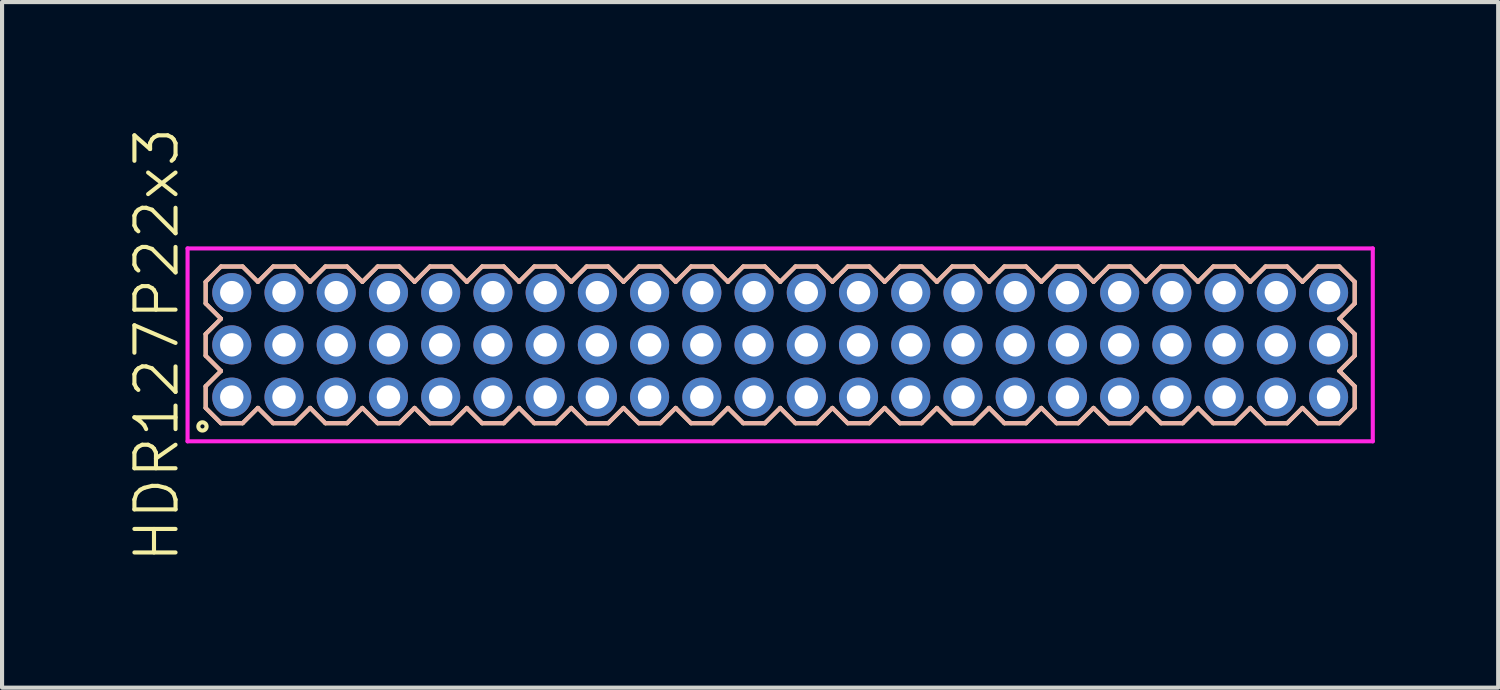
<source format=kicad_pcb>
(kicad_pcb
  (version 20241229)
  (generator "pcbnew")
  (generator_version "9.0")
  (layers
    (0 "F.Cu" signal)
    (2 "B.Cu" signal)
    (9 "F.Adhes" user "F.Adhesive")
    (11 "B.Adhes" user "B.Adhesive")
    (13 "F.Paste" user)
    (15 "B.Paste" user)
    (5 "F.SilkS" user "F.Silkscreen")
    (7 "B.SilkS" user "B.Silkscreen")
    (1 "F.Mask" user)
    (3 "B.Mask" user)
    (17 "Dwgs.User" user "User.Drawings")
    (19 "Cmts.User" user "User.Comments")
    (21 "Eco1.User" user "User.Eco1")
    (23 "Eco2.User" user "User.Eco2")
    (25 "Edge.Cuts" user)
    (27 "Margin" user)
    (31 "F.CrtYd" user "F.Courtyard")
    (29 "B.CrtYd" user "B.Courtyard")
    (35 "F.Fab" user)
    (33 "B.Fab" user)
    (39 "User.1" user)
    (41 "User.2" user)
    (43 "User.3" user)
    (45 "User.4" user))
  (footprint "HDR127P22x3"
    (layer "F.Cu")
    (at 15.921 5.336)
    (property "Reference" "HDR127P22x3" (at -15.16 0 90) (layer "F.SilkS") (effects (font (size 1 1) (thickness 0.1))))
    (attr through_hole)
    (fp_line (start -13.97 -1.533) (end -13.598 -1.905) (stroke (width 0.1) (type solid)) (layer "F.SilkS"))
    (fp_line (start -13.97 -1.007) (end -13.97 -1.533) (stroke (width 0.1) (type solid)) (layer "F.SilkS"))
    (fp_line (start -13.97 -0.263) (end -13.598 -0.635) (stroke (width 0.1) (type solid)) (layer "F.SilkS"))
    (fp_line (start -13.97 0.263) (end -13.97 -0.263) (stroke (width 0.1) (type solid)) (layer "F.SilkS"))
    (fp_line (start -13.97 1.007) (end -13.598 0.635) (stroke (width 0.1) (type solid)) (layer "F.SilkS"))
    (fp_line (start -13.97 1.533) (end -13.97 1.007) (stroke (width 0.1) (type solid)) (layer "F.SilkS"))
    (fp_line (start -13.598 -1.905) (end -13.072 -1.905) (stroke (width 0.1) (type solid)) (layer "F.SilkS"))
    (fp_line (start -13.598 -0.635) (end -13.97 -1.007) (stroke (width 0.1) (type solid)) (layer "F.SilkS"))
    (fp_line (start -13.598 0.635) (end -13.97 0.263) (stroke (width 0.1) (type solid)) (layer "F.SilkS"))
    (fp_line (start -13.598 1.905) (end -13.97 1.533) (stroke (width 0.1) (type solid)) (layer "F.SilkS"))
    (fp_line (start -13.072 -1.905) (end -12.7 -1.533) (stroke (width 0.1) (type solid)) (layer "F.SilkS"))
    (fp_line (start -13.072 1.905) (end -13.598 1.905) (stroke (width 0.1) (type solid)) (layer "F.SilkS"))
    (fp_line (start -12.7 -1.533) (end -12.328 -1.905) (stroke (width 0.1) (type solid)) (layer "F.SilkS"))
    (fp_line (start -12.7 1.533) (end -13.072 1.905) (stroke (width 0.1) (type solid)) (layer "F.SilkS"))
    (fp_line (start -12.328 -1.905) (end -11.802 -1.905) (stroke (width 0.1) (type solid)) (layer "F.SilkS"))
    (fp_line (start -12.328 1.905) (end -12.7 1.533) (stroke (width 0.1) (type solid)) (layer "F.SilkS"))
    (fp_line (start -11.802 -1.905) (end -11.43 -1.533) (stroke (width 0.1) (type solid)) (layer "F.SilkS"))
    (fp_line (start -11.802 1.905) (end -12.328 1.905) (stroke (width 0.1) (type solid)) (layer "F.SilkS"))
    (fp_line (start -11.43 -1.533) (end -11.058 -1.905) (stroke (width 0.1) (type solid)) (layer "F.SilkS"))
    (fp_line (start -11.43 1.533) (end -11.802 1.905) (stroke (width 0.1) (type solid)) (layer "F.SilkS"))
    (fp_line (start -11.058 -1.905) (end -10.532 -1.905) (stroke (width 0.1) (type solid)) (layer "F.SilkS"))
    (fp_line (start -11.058 1.905) (end -11.43 1.533) (stroke (width 0.1) (type solid)) (layer "F.SilkS"))
    (fp_line (start -10.532 -1.905) (end -10.16 -1.533) (stroke (width 0.1) (type solid)) (layer "F.SilkS"))
    (fp_line (start -10.532 1.905) (end -11.058 1.905) (stroke (width 0.1) (type solid)) (layer "F.SilkS"))
    (fp_line (start -10.16 -1.533) (end -9.788 -1.905) (stroke (width 0.1) (type solid)) (layer "F.SilkS"))
    (fp_line (start -10.16 1.533) (end -10.532 1.905) (stroke (width 0.1) (type solid)) (layer "F.SilkS"))
    (fp_line (start -9.788 -1.905) (end -9.262 -1.905) (stroke (width 0.1) (type solid)) (layer "F.SilkS"))
    (fp_line (start -9.788 1.905) (end -10.16 1.533) (stroke (width 0.1) (type solid)) (layer "F.SilkS"))
    (fp_line (start -9.262 -1.905) (end -8.89 -1.533) (stroke (width 0.1) (type solid)) (layer "F.SilkS"))
    (fp_line (start -9.262 1.905) (end -9.788 1.905) (stroke (width 0.1) (type solid)) (layer "F.SilkS"))
    (fp_line (start -8.89 -1.533) (end -8.518 -1.905) (stroke (width 0.1) (type solid)) (layer "F.SilkS"))
    (fp_line (start -8.89 1.533) (end -9.262 1.905) (stroke (width 0.1) (type solid)) (layer "F.SilkS"))
    (fp_line (start -8.518 -1.905) (end -7.992 -1.905) (stroke (width 0.1) (type solid)) (layer "F.SilkS"))
    (fp_line (start -8.518 1.905) (end -8.89 1.533) (stroke (width 0.1) (type solid)) (layer "F.SilkS"))
    (fp_line (start -7.992 -1.905) (end -7.62 -1.533) (stroke (width 0.1) (type solid)) (layer "F.SilkS"))
    (fp_line (start -7.992 1.905) (end -8.518 1.905) (stroke (width 0.1) (type solid)) (layer "F.SilkS"))
    (fp_line (start -7.62 -1.533) (end -7.248 -1.905) (stroke (width 0.1) (type solid)) (layer "F.SilkS"))
    (fp_line (start -7.62 1.533) (end -7.992 1.905) (stroke (width 0.1) (type solid)) (layer "F.SilkS"))
    (fp_line (start -7.248 -1.905) (end -6.722 -1.905) (stroke (width 0.1) (type solid)) (layer "F.SilkS"))
    (fp_line (start -7.248 1.905) (end -7.62 1.533) (stroke (width 0.1) (type solid)) (layer "F.SilkS"))
    (fp_line (start -6.722 -1.905) (end -6.35 -1.533) (stroke (width 0.1) (type solid)) (layer "F.SilkS"))
    (fp_line (start -6.722 1.905) (end -7.248 1.905) (stroke (width 0.1) (type solid)) (layer "F.SilkS"))
    (fp_line (start -6.35 -1.533) (end -5.978 -1.905) (stroke (width 0.1) (type solid)) (layer "F.SilkS"))
    (fp_line (start -6.35 1.533) (end -6.722 1.905) (stroke (width 0.1) (type solid)) (layer "F.SilkS"))
    (fp_line (start -5.978 -1.905) (end -5.452 -1.905) (stroke (width 0.1) (type solid)) (layer "F.SilkS"))
    (fp_line (start -5.978 1.905) (end -6.35 1.533) (stroke (width 0.1) (type solid)) (layer "F.SilkS"))
    (fp_line (start -5.452 -1.905) (end -5.08 -1.533) (stroke (width 0.1) (type solid)) (layer "F.SilkS"))
    (fp_line (start -5.452 1.905) (end -5.978 1.905) (stroke (width 0.1) (type solid)) (layer "F.SilkS"))
    (fp_line (start -5.08 -1.533) (end -4.708 -1.905) (stroke (width 0.1) (type solid)) (layer "F.SilkS"))
    (fp_line (start -5.08 1.533) (end -5.452 1.905) (stroke (width 0.1) (type solid)) (layer "F.SilkS"))
    (fp_line (start -4.708 -1.905) (end -4.182 -1.905) (stroke (width 0.1) (type solid)) (layer "F.SilkS"))
    (fp_line (start -4.708 1.905) (end -5.08 1.533) (stroke (width 0.1) (type solid)) (layer "F.SilkS"))
    (fp_line (start -4.182 -1.905) (end -3.81 -1.533) (stroke (width 0.1) (type solid)) (layer "F.SilkS"))
    (fp_line (start -4.182 1.905) (end -4.708 1.905) (stroke (width 0.1) (type solid)) (layer "F.SilkS"))
    (fp_line (start -3.81 -1.533) (end -3.438 -1.905) (stroke (width 0.1) (type solid)) (layer "F.SilkS"))
    (fp_line (start -3.81 1.533) (end -4.182 1.905) (stroke (width 0.1) (type solid)) (layer "F.SilkS"))
    (fp_line (start -3.438 -1.905) (end -2.912 -1.905) (stroke (width 0.1) (type solid)) (layer "F.SilkS"))
    (fp_line (start -3.438 1.905) (end -3.81 1.533) (stroke (width 0.1) (type solid)) (layer "F.SilkS"))
    (fp_line (start -2.912 -1.905) (end -2.54 -1.533) (stroke (width 0.1) (type solid)) (layer "F.SilkS"))
    (fp_line (start -2.912 1.905) (end -3.438 1.905) (stroke (width 0.1) (type solid)) (layer "F.SilkS"))
    (fp_line (start -2.54 -1.533) (end -2.168 -1.905) (stroke (width 0.1) (type solid)) (layer "F.SilkS"))
    (fp_line (start -2.54 1.533) (end -2.912 1.905) (stroke (width 0.1) (type solid)) (layer "F.SilkS"))
    (fp_line (start -2.168 -1.905) (end -1.642 -1.905) (stroke (width 0.1) (type solid)) (layer "F.SilkS"))
    (fp_line (start -2.168 1.905) (end -2.54 1.533) (stroke (width 0.1) (type solid)) (layer "F.SilkS"))
    (fp_line (start -1.642 -1.905) (end -1.27 -1.533) (stroke (width 0.1) (type solid)) (layer "F.SilkS"))
    (fp_line (start -1.642 1.905) (end -2.168 1.905) (stroke (width 0.1) (type solid)) (layer "F.SilkS"))
    (fp_line (start -1.27 -1.533) (end -0.898 -1.905) (stroke (width 0.1) (type solid)) (layer "F.SilkS"))
    (fp_line (start -1.27 1.533) (end -1.642 1.905) (stroke (width 0.1) (type solid)) (layer "F.SilkS"))
    (fp_line (start -0.898 -1.905) (end -0.372 -1.905) (stroke (width 0.1) (type solid)) (layer "F.SilkS"))
    (fp_line (start -0.898 1.905) (end -1.27 1.533) (stroke (width 0.1) (type solid)) (layer "F.SilkS"))
    (fp_line (start -0.372 -1.905) (end 0 -1.533) (stroke (width 0.1) (type solid)) (layer "F.SilkS"))
    (fp_line (start -0.372 1.905) (end -0.898 1.905) (stroke (width 0.1) (type solid)) (layer "F.SilkS"))
    (fp_line (start 0 -1.533) (end 0.372 -1.905) (stroke (width 0.1) (type solid)) (layer "F.SilkS"))
    (fp_line (start 0 1.533) (end -0.372 1.905) (stroke (width 0.1) (type solid)) (layer "F.SilkS"))
    (fp_line (start 0.372 -1.905) (end 0.898 -1.905) (stroke (width 0.1) (type solid)) (layer "F.SilkS"))
    (fp_line (start 0.372 1.905) (end 0 1.533) (stroke (width 0.1) (type solid)) (layer "F.SilkS"))
    (fp_line (start 0.898 -1.905) (end 1.27 -1.533) (stroke (width 0.1) (type solid)) (layer "F.SilkS"))
    (fp_line (start 0.898 1.905) (end 0.372 1.905) (stroke (width 0.1) (type solid)) (layer "F.SilkS"))
    (fp_line (start 1.27 -1.533) (end 1.642 -1.905) (stroke (width 0.1) (type solid)) (layer "F.SilkS"))
    (fp_line (start 1.27 1.533) (end 0.898 1.905) (stroke (width 0.1) (type solid)) (layer "F.SilkS"))
    (fp_line (start 1.642 -1.905) (end 2.168 -1.905) (stroke (width 0.1) (type solid)) (layer "F.SilkS"))
    (fp_line (start 1.642 1.905) (end 1.27 1.533) (stroke (width 0.1) (type solid)) (layer "F.SilkS"))
    (fp_line (start 2.168 -1.905) (end 2.54 -1.533) (stroke (width 0.1) (type solid)) (layer "F.SilkS"))
    (fp_line (start 2.168 1.905) (end 1.642 1.905) (stroke (width 0.1) (type solid)) (layer "F.SilkS"))
    (fp_line (start 2.54 -1.533) (end 2.912 -1.905) (stroke (width 0.1) (type solid)) (layer "F.SilkS"))
    (fp_line (start 2.54 1.533) (end 2.168 1.905) (stroke (width 0.1) (type solid)) (layer "F.SilkS"))
    (fp_line (start 2.912 -1.905) (end 3.438 -1.905) (stroke (width 0.1) (type solid)) (layer "F.SilkS"))
    (fp_line (start 2.912 1.905) (end 2.54 1.533) (stroke (width 0.1) (type solid)) (layer "F.SilkS"))
    (fp_line (start 3.438 -1.905) (end 3.81 -1.533) (stroke (width 0.1) (type solid)) (layer "F.SilkS"))
    (fp_line (start 3.438 1.905) (end 2.912 1.905) (stroke (width 0.1) (type solid)) (layer "F.SilkS"))
    (fp_line (start 3.81 -1.533) (end 4.182 -1.905) (stroke (width 0.1) (type solid)) (layer "F.SilkS"))
    (fp_line (start 3.81 1.533) (end 3.438 1.905) (stroke (width 0.1) (type solid)) (layer "F.SilkS"))
    (fp_line (start 4.182 -1.905) (end 4.708 -1.905) (stroke (width 0.1) (type solid)) (layer "F.SilkS"))
    (fp_line (start 4.182 1.905) (end 3.81 1.533) (stroke (width 0.1) (type solid)) (layer "F.SilkS"))
    (fp_line (start 4.708 -1.905) (end 5.08 -1.533) (stroke (width 0.1) (type solid)) (layer "F.SilkS"))
    (fp_line (start 4.708 1.905) (end 4.182 1.905) (stroke (width 0.1) (type solid)) (layer "F.SilkS"))
    (fp_line (start 5.08 -1.533) (end 5.452 -1.905) (stroke (width 0.1) (type solid)) (layer "F.SilkS"))
    (fp_line (start 5.08 1.533) (end 4.708 1.905) (stroke (width 0.1) (type solid)) (layer "F.SilkS"))
    (fp_line (start 5.452 -1.905) (end 5.978 -1.905) (stroke (width 0.1) (type solid)) (layer "F.SilkS"))
    (fp_line (start 5.452 1.905) (end 5.08 1.533) (stroke (width 0.1) (type solid)) (layer "F.SilkS"))
    (fp_line (start 5.978 -1.905) (end 6.35 -1.533) (stroke (width 0.1) (type solid)) (layer "F.SilkS"))
    (fp_line (start 5.978 1.905) (end 5.452 1.905) (stroke (width 0.1) (type solid)) (layer "F.SilkS"))
    (fp_line (start 6.35 -1.533) (end 6.722 -1.905) (stroke (width 0.1) (type solid)) (layer "F.SilkS"))
    (fp_line (start 6.35 1.533) (end 5.978 1.905) (stroke (width 0.1) (type solid)) (layer "F.SilkS"))
    (fp_line (start 6.722 -1.905) (end 7.248 -1.905) (stroke (width 0.1) (type solid)) (layer "F.SilkS"))
    (fp_line (start 6.722 1.905) (end 6.35 1.533) (stroke (width 0.1) (type solid)) (layer "F.SilkS"))
    (fp_line (start 7.248 -1.905) (end 7.62 -1.533) (stroke (width 0.1) (type solid)) (layer "F.SilkS"))
    (fp_line (start 7.248 1.905) (end 6.722 1.905) (stroke (width 0.1) (type solid)) (layer "F.SilkS"))
    (fp_line (start 7.62 -1.533) (end 7.992 -1.905) (stroke (width 0.1) (type solid)) (layer "F.SilkS"))
    (fp_line (start 7.62 1.533) (end 7.248 1.905) (stroke (width 0.1) (type solid)) (layer "F.SilkS"))
    (fp_line (start 7.992 -1.905) (end 8.518 -1.905) (stroke (width 0.1) (type solid)) (layer "F.SilkS"))
    (fp_line (start 7.992 1.905) (end 7.62 1.533) (stroke (width 0.1) (type solid)) (layer "F.SilkS"))
    (fp_line (start 8.518 -1.905) (end 8.89 -1.533) (stroke (width 0.1) (type solid)) (layer "F.SilkS"))
    (fp_line (start 8.518 1.905) (end 7.992 1.905) (stroke (width 0.1) (type solid)) (layer "F.SilkS"))
    (fp_line (start 8.89 -1.533) (end 9.262 -1.905) (stroke (width 0.1) (type solid)) (layer "F.SilkS"))
    (fp_line (start 8.89 1.533) (end 8.518 1.905) (stroke (width 0.1) (type solid)) (layer "F.SilkS"))
    (fp_line (start 9.262 -1.905) (end 9.788 -1.905) (stroke (width 0.1) (type solid)) (layer "F.SilkS"))
    (fp_line (start 9.262 1.905) (end 8.89 1.533) (stroke (width 0.1) (type solid)) (layer "F.SilkS"))
    (fp_line (start 9.788 -1.905) (end 10.16 -1.533) (stroke (width 0.1) (type solid)) (layer "F.SilkS"))
    (fp_line (start 9.788 1.905) (end 9.262 1.905) (stroke (width 0.1) (type solid)) (layer "F.SilkS"))
    (fp_line (start 10.16 -1.533) (end 10.532 -1.905) (stroke (width 0.1) (type solid)) (layer "F.SilkS"))
    (fp_line (start 10.16 1.533) (end 9.788 1.905) (stroke (width 0.1) (type solid)) (layer "F.SilkS"))
    (fp_line (start 10.532 -1.905) (end 11.058 -1.905) (stroke (width 0.1) (type solid)) (layer "F.SilkS"))
    (fp_line (start 10.532 1.905) (end 10.16 1.533) (stroke (width 0.1) (type solid)) (layer "F.SilkS"))
    (fp_line (start 11.058 -1.905) (end 11.43 -1.533) (stroke (width 0.1) (type solid)) (layer "F.SilkS"))
    (fp_line (start 11.058 1.905) (end 10.532 1.905) (stroke (width 0.1) (type solid)) (layer "F.SilkS"))
    (fp_line (start 11.43 -1.533) (end 11.802 -1.905) (stroke (width 0.1) (type solid)) (layer "F.SilkS"))
    (fp_line (start 11.43 1.533) (end 11.058 1.905) (stroke (width 0.1) (type solid)) (layer "F.SilkS"))
    (fp_line (start 11.802 -1.905) (end 12.328 -1.905) (stroke (width 0.1) (type solid)) (layer "F.SilkS"))
    (fp_line (start 11.802 1.905) (end 11.43 1.533) (stroke (width 0.1) (type solid)) (layer "F.SilkS"))
    (fp_line (start 12.328 -1.905) (end 12.7 -1.533) (stroke (width 0.1) (type solid)) (layer "F.SilkS"))
    (fp_line (start 12.328 1.905) (end 11.802 1.905) (stroke (width 0.1) (type solid)) (layer "F.SilkS"))
    (fp_line (start 12.7 -1.533) (end 13.072 -1.905) (stroke (width 0.1) (type solid)) (layer "F.SilkS"))
    (fp_line (start 12.7 1.533) (end 12.328 1.905) (stroke (width 0.1) (type solid)) (layer "F.SilkS"))
    (fp_line (start 13.072 -1.905) (end 13.598 -1.905) (stroke (width 0.1) (type solid)) (layer "F.SilkS"))
    (fp_line (start 13.072 1.905) (end 12.7 1.533) (stroke (width 0.1) (type solid)) (layer "F.SilkS"))
    (fp_line (start 13.598 -1.905) (end 13.97 -1.533) (stroke (width 0.1) (type solid)) (layer "F.SilkS"))
    (fp_line (start 13.598 -0.635) (end 13.97 -0.263) (stroke (width 0.1) (type solid)) (layer "F.SilkS"))
    (fp_line (start 13.598 0.635) (end 13.97 1.007) (stroke (width 0.1) (type solid)) (layer "F.SilkS"))
    (fp_line (start 13.598 1.905) (end 13.072 1.905) (stroke (width 0.1) (type solid)) (layer "F.SilkS"))
    (fp_line (start 13.97 -1.533) (end 13.97 -1.007) (stroke (width 0.1) (type solid)) (layer "F.SilkS"))
    (fp_line (start 13.97 -1.007) (end 13.598 -0.635) (stroke (width 0.1) (type solid)) (layer "F.SilkS"))
    (fp_line (start 13.97 -0.263) (end 13.97 0.263) (stroke (width 0.1) (type solid)) (layer "F.SilkS"))
    (fp_line (start 13.97 0.263) (end 13.598 0.635) (stroke (width 0.1) (type solid)) (layer "F.SilkS"))
    (fp_line (start 13.97 1.007) (end 13.97 1.533) (stroke (width 0.1) (type solid)) (layer "F.SilkS"))
    (fp_line (start 13.97 1.533) (end 13.598 1.905) (stroke (width 0.1) (type solid)) (layer "F.SilkS"))
    (fp_circle (center -14.048 1.983) (end -13.948 1.983) (stroke (width 0.1) (type solid)) (fill no) (layer "F.SilkS"))
    (fp_line (start -13.97 -1.533) (end -13.598 -1.905) (stroke (width 0.1) (type solid)) (layer "B.SilkS"))
    (fp_line (start -13.97 -1.007) (end -13.97 -1.533) (stroke (width 0.1) (type solid)) (layer "B.SilkS"))
    (fp_line (start -13.97 -0.263) (end -13.598 -0.635) (stroke (width 0.1) (type solid)) (layer "B.SilkS"))
    (fp_line (start -13.97 0.263) (end -13.97 -0.263) (stroke (width 0.1) (type solid)) (layer "B.SilkS"))
    (fp_line (start -13.97 1.007) (end -13.598 0.635) (stroke (width 0.1) (type solid)) (layer "B.SilkS"))
    (fp_line (start -13.97 1.533) (end -13.97 1.007) (stroke (width 0.1) (type solid)) (layer "B.SilkS"))
    (fp_line (start -13.598 -1.905) (end -13.072 -1.905) (stroke (width 0.1) (type solid)) (layer "B.SilkS"))
    (fp_line (start -13.598 -0.635) (end -13.97 -1.007) (stroke (width 0.1) (type solid)) (layer "B.SilkS"))
    (fp_line (start -13.598 0.635) (end -13.97 0.263) (stroke (width 0.1) (type solid)) (layer "B.SilkS"))
    (fp_line (start -13.598 1.905) (end -13.97 1.533) (stroke (width 0.1) (type solid)) (layer "B.SilkS"))
    (fp_line (start -13.072 -1.905) (end -12.7 -1.533) (stroke (width 0.1) (type solid)) (layer "B.SilkS"))
    (fp_line (start -13.072 1.905) (end -13.598 1.905) (stroke (width 0.1) (type solid)) (layer "B.SilkS"))
    (fp_line (start -12.7 -1.533) (end -12.328 -1.905) (stroke (width 0.1) (type solid)) (layer "B.SilkS"))
    (fp_line (start -12.7 1.533) (end -13.072 1.905) (stroke (width 0.1) (type solid)) (layer "B.SilkS"))
    (fp_line (start -12.328 -1.905) (end -11.802 -1.905) (stroke (width 0.1) (type solid)) (layer "B.SilkS"))
    (fp_line (start -12.328 1.905) (end -12.7 1.533) (stroke (width 0.1) (type solid)) (layer "B.SilkS"))
    (fp_line (start -11.802 -1.905) (end -11.43 -1.533) (stroke (width 0.1) (type solid)) (layer "B.SilkS"))
    (fp_line (start -11.802 1.905) (end -12.328 1.905) (stroke (width 0.1) (type solid)) (layer "B.SilkS"))
    (fp_line (start -11.43 -1.533) (end -11.058 -1.905) (stroke (width 0.1) (type solid)) (layer "B.SilkS"))
    (fp_line (start -11.43 1.533) (end -11.802 1.905) (stroke (width 0.1) (type solid)) (layer "B.SilkS"))
    (fp_line (start -11.058 -1.905) (end -10.532 -1.905) (stroke (width 0.1) (type solid)) (layer "B.SilkS"))
    (fp_line (start -11.058 1.905) (end -11.43 1.533) (stroke (width 0.1) (type solid)) (layer "B.SilkS"))
    (fp_line (start -10.532 -1.905) (end -10.16 -1.533) (stroke (width 0.1) (type solid)) (layer "B.SilkS"))
    (fp_line (start -10.532 1.905) (end -11.058 1.905) (stroke (width 0.1) (type solid)) (layer "B.SilkS"))
    (fp_line (start -10.16 -1.533) (end -9.788 -1.905) (stroke (width 0.1) (type solid)) (layer "B.SilkS"))
    (fp_line (start -10.16 1.533) (end -10.532 1.905) (stroke (width 0.1) (type solid)) (layer "B.SilkS"))
    (fp_line (start -9.788 -1.905) (end -9.262 -1.905) (stroke (width 0.1) (type solid)) (layer "B.SilkS"))
    (fp_line (start -9.788 1.905) (end -10.16 1.533) (stroke (width 0.1) (type solid)) (layer "B.SilkS"))
    (fp_line (start -9.262 -1.905) (end -8.89 -1.533) (stroke (width 0.1) (type solid)) (layer "B.SilkS"))
    (fp_line (start -9.262 1.905) (end -9.788 1.905) (stroke (width 0.1) (type solid)) (layer "B.SilkS"))
    (fp_line (start -8.89 -1.533) (end -8.518 -1.905) (stroke (width 0.1) (type solid)) (layer "B.SilkS"))
    (fp_line (start -8.89 1.533) (end -9.262 1.905) (stroke (width 0.1) (type solid)) (layer "B.SilkS"))
    (fp_line (start -8.518 -1.905) (end -7.992 -1.905) (stroke (width 0.1) (type solid)) (layer "B.SilkS"))
    (fp_line (start -8.518 1.905) (end -8.89 1.533) (stroke (width 0.1) (type solid)) (layer "B.SilkS"))
    (fp_line (start -7.992 -1.905) (end -7.62 -1.533) (stroke (width 0.1) (type solid)) (layer "B.SilkS"))
    (fp_line (start -7.992 1.905) (end -8.518 1.905) (stroke (width 0.1) (type solid)) (layer "B.SilkS"))
    (fp_line (start -7.62 -1.533) (end -7.248 -1.905) (stroke (width 0.1) (type solid)) (layer "B.SilkS"))
    (fp_line (start -7.62 1.533) (end -7.992 1.905) (stroke (width 0.1) (type solid)) (layer "B.SilkS"))
    (fp_line (start -7.248 -1.905) (end -6.722 -1.905) (stroke (width 0.1) (type solid)) (layer "B.SilkS"))
    (fp_line (start -7.248 1.905) (end -7.62 1.533) (stroke (width 0.1) (type solid)) (layer "B.SilkS"))
    (fp_line (start -6.722 -1.905) (end -6.35 -1.533) (stroke (width 0.1) (type solid)) (layer "B.SilkS"))
    (fp_line (start -6.722 1.905) (end -7.248 1.905) (stroke (width 0.1) (type solid)) (layer "B.SilkS"))
    (fp_line (start -6.35 -1.533) (end -5.978 -1.905) (stroke (width 0.1) (type solid)) (layer "B.SilkS"))
    (fp_line (start -6.35 1.533) (end -6.722 1.905) (stroke (width 0.1) (type solid)) (layer "B.SilkS"))
    (fp_line (start -5.978 -1.905) (end -5.452 -1.905) (stroke (width 0.1) (type solid)) (layer "B.SilkS"))
    (fp_line (start -5.978 1.905) (end -6.35 1.533) (stroke (width 0.1) (type solid)) (layer "B.SilkS"))
    (fp_line (start -5.452 -1.905) (end -5.08 -1.533) (stroke (width 0.1) (type solid)) (layer "B.SilkS"))
    (fp_line (start -5.452 1.905) (end -5.978 1.905) (stroke (width 0.1) (type solid)) (layer "B.SilkS"))
    (fp_line (start -5.08 -1.533) (end -4.708 -1.905) (stroke (width 0.1) (type solid)) (layer "B.SilkS"))
    (fp_line (start -5.08 1.533) (end -5.452 1.905) (stroke (width 0.1) (type solid)) (layer "B.SilkS"))
    (fp_line (start -4.708 -1.905) (end -4.182 -1.905) (stroke (width 0.1) (type solid)) (layer "B.SilkS"))
    (fp_line (start -4.708 1.905) (end -5.08 1.533) (stroke (width 0.1) (type solid)) (layer "B.SilkS"))
    (fp_line (start -4.182 -1.905) (end -3.81 -1.533) (stroke (width 0.1) (type solid)) (layer "B.SilkS"))
    (fp_line (start -4.182 1.905) (end -4.708 1.905) (stroke (width 0.1) (type solid)) (layer "B.SilkS"))
    (fp_line (start -3.81 -1.533) (end -3.438 -1.905) (stroke (width 0.1) (type solid)) (layer "B.SilkS"))
    (fp_line (start -3.81 1.533) (end -4.182 1.905) (stroke (width 0.1) (type solid)) (layer "B.SilkS"))
    (fp_line (start -3.438 -1.905) (end -2.912 -1.905) (stroke (width 0.1) (type solid)) (layer "B.SilkS"))
    (fp_line (start -3.438 1.905) (end -3.81 1.533) (stroke (width 0.1) (type solid)) (layer "B.SilkS"))
    (fp_line (start -2.912 -1.905) (end -2.54 -1.533) (stroke (width 0.1) (type solid)) (layer "B.SilkS"))
    (fp_line (start -2.912 1.905) (end -3.438 1.905) (stroke (width 0.1) (type solid)) (layer "B.SilkS"))
    (fp_line (start -2.54 -1.533) (end -2.168 -1.905) (stroke (width 0.1) (type solid)) (layer "B.SilkS"))
    (fp_line (start -2.54 1.533) (end -2.912 1.905) (stroke (width 0.1) (type solid)) (layer "B.SilkS"))
    (fp_line (start -2.168 -1.905) (end -1.642 -1.905) (stroke (width 0.1) (type solid)) (layer "B.SilkS"))
    (fp_line (start -2.168 1.905) (end -2.54 1.533) (stroke (width 0.1) (type solid)) (layer "B.SilkS"))
    (fp_line (start -1.642 -1.905) (end -1.27 -1.533) (stroke (width 0.1) (type solid)) (layer "B.SilkS"))
    (fp_line (start -1.642 1.905) (end -2.168 1.905) (stroke (width 0.1) (type solid)) (layer "B.SilkS"))
    (fp_line (start -1.27 -1.533) (end -0.898 -1.905) (stroke (width 0.1) (type solid)) (layer "B.SilkS"))
    (fp_line (start -1.27 1.533) (end -1.642 1.905) (stroke (width 0.1) (type solid)) (layer "B.SilkS"))
    (fp_line (start -0.898 -1.905) (end -0.372 -1.905) (stroke (width 0.1) (type solid)) (layer "B.SilkS"))
    (fp_line (start -0.898 1.905) (end -1.27 1.533) (stroke (width 0.1) (type solid)) (layer "B.SilkS"))
    (fp_line (start -0.372 -1.905) (end 0 -1.533) (stroke (width 0.1) (type solid)) (layer "B.SilkS"))
    (fp_line (start -0.372 1.905) (end -0.898 1.905) (stroke (width 0.1) (type solid)) (layer "B.SilkS"))
    (fp_line (start 0 -1.533) (end 0.372 -1.905) (stroke (width 0.1) (type solid)) (layer "B.SilkS"))
    (fp_line (start 0 1.533) (end -0.372 1.905) (stroke (width 0.1) (type solid)) (layer "B.SilkS"))
    (fp_line (start 0.372 -1.905) (end 0.898 -1.905) (stroke (width 0.1) (type solid)) (layer "B.SilkS"))
    (fp_line (start 0.372 1.905) (end 0 1.533) (stroke (width 0.1) (type solid)) (layer "B.SilkS"))
    (fp_line (start 0.898 -1.905) (end 1.27 -1.533) (stroke (width 0.1) (type solid)) (layer "B.SilkS"))
    (fp_line (start 0.898 1.905) (end 0.372 1.905) (stroke (width 0.1) (type solid)) (layer "B.SilkS"))
    (fp_line (start 1.27 -1.533) (end 1.642 -1.905) (stroke (width 0.1) (type solid)) (layer "B.SilkS"))
    (fp_line (start 1.27 1.533) (end 0.898 1.905) (stroke (width 0.1) (type solid)) (layer "B.SilkS"))
    (fp_line (start 1.642 -1.905) (end 2.168 -1.905) (stroke (width 0.1) (type solid)) (layer "B.SilkS"))
    (fp_line (start 1.642 1.905) (end 1.27 1.533) (stroke (width 0.1) (type solid)) (layer "B.SilkS"))
    (fp_line (start 2.168 -1.905) (end 2.54 -1.533) (stroke (width 0.1) (type solid)) (layer "B.SilkS"))
    (fp_line (start 2.168 1.905) (end 1.642 1.905) (stroke (width 0.1) (type solid)) (layer "B.SilkS"))
    (fp_line (start 2.54 -1.533) (end 2.912 -1.905) (stroke (width 0.1) (type solid)) (layer "B.SilkS"))
    (fp_line (start 2.54 1.533) (end 2.168 1.905) (stroke (width 0.1) (type solid)) (layer "B.SilkS"))
    (fp_line (start 2.912 -1.905) (end 3.438 -1.905) (stroke (width 0.1) (type solid)) (layer "B.SilkS"))
    (fp_line (start 2.912 1.905) (end 2.54 1.533) (stroke (width 0.1) (type solid)) (layer "B.SilkS"))
    (fp_line (start 3.438 -1.905) (end 3.81 -1.533) (stroke (width 0.1) (type solid)) (layer "B.SilkS"))
    (fp_line (start 3.438 1.905) (end 2.912 1.905) (stroke (width 0.1) (type solid)) (layer "B.SilkS"))
    (fp_line (start 3.81 -1.533) (end 4.182 -1.905) (stroke (width 0.1) (type solid)) (layer "B.SilkS"))
    (fp_line (start 3.81 1.533) (end 3.438 1.905) (stroke (width 0.1) (type solid)) (layer "B.SilkS"))
    (fp_line (start 4.182 -1.905) (end 4.708 -1.905) (stroke (width 0.1) (type solid)) (layer "B.SilkS"))
    (fp_line (start 4.182 1.905) (end 3.81 1.533) (stroke (width 0.1) (type solid)) (layer "B.SilkS"))
    (fp_line (start 4.708 -1.905) (end 5.08 -1.533) (stroke (width 0.1) (type solid)) (layer "B.SilkS"))
    (fp_line (start 4.708 1.905) (end 4.182 1.905) (stroke (width 0.1) (type solid)) (layer "B.SilkS"))
    (fp_line (start 5.08 -1.533) (end 5.452 -1.905) (stroke (width 0.1) (type solid)) (layer "B.SilkS"))
    (fp_line (start 5.08 1.533) (end 4.708 1.905) (stroke (width 0.1) (type solid)) (layer "B.SilkS"))
    (fp_line (start 5.452 -1.905) (end 5.978 -1.905) (stroke (width 0.1) (type solid)) (layer "B.SilkS"))
    (fp_line (start 5.452 1.905) (end 5.08 1.533) (stroke (width 0.1) (type solid)) (layer "B.SilkS"))
    (fp_line (start 5.978 -1.905) (end 6.35 -1.533) (stroke (width 0.1) (type solid)) (layer "B.SilkS"))
    (fp_line (start 5.978 1.905) (end 5.452 1.905) (stroke (width 0.1) (type solid)) (layer "B.SilkS"))
    (fp_line (start 6.35 -1.533) (end 6.722 -1.905) (stroke (width 0.1) (type solid)) (layer "B.SilkS"))
    (fp_line (start 6.35 1.533) (end 5.978 1.905) (stroke (width 0.1) (type solid)) (layer "B.SilkS"))
    (fp_line (start 6.722 -1.905) (end 7.248 -1.905) (stroke (width 0.1) (type solid)) (layer "B.SilkS"))
    (fp_line (start 6.722 1.905) (end 6.35 1.533) (stroke (width 0.1) (type solid)) (layer "B.SilkS"))
    (fp_line (start 7.248 -1.905) (end 7.62 -1.533) (stroke (width 0.1) (type solid)) (layer "B.SilkS"))
    (fp_line (start 7.248 1.905) (end 6.722 1.905) (stroke (width 0.1) (type solid)) (layer "B.SilkS"))
    (fp_line (start 7.62 -1.533) (end 7.992 -1.905) (stroke (width 0.1) (type solid)) (layer "B.SilkS"))
    (fp_line (start 7.62 1.533) (end 7.248 1.905) (stroke (width 0.1) (type solid)) (layer "B.SilkS"))
    (fp_line (start 7.992 -1.905) (end 8.518 -1.905) (stroke (width 0.1) (type solid)) (layer "B.SilkS"))
    (fp_line (start 7.992 1.905) (end 7.62 1.533) (stroke (width 0.1) (type solid)) (layer "B.SilkS"))
    (fp_line (start 8.518 -1.905) (end 8.89 -1.533) (stroke (width 0.1) (type solid)) (layer "B.SilkS"))
    (fp_line (start 8.518 1.905) (end 7.992 1.905) (stroke (width 0.1) (type solid)) (layer "B.SilkS"))
    (fp_line (start 8.89 -1.533) (end 9.262 -1.905) (stroke (width 0.1) (type solid)) (layer "B.SilkS"))
    (fp_line (start 8.89 1.533) (end 8.518 1.905) (stroke (width 0.1) (type solid)) (layer "B.SilkS"))
    (fp_line (start 9.262 -1.905) (end 9.788 -1.905) (stroke (width 0.1) (type solid)) (layer "B.SilkS"))
    (fp_line (start 9.262 1.905) (end 8.89 1.533) (stroke (width 0.1) (type solid)) (layer "B.SilkS"))
    (fp_line (start 9.788 -1.905) (end 10.16 -1.533) (stroke (width 0.1) (type solid)) (layer "B.SilkS"))
    (fp_line (start 9.788 1.905) (end 9.262 1.905) (stroke (width 0.1) (type solid)) (layer "B.SilkS"))
    (fp_line (start 10.16 -1.533) (end 10.532 -1.905) (stroke (width 0.1) (type solid)) (layer "B.SilkS"))
    (fp_line (start 10.16 1.533) (end 9.788 1.905) (stroke (width 0.1) (type solid)) (layer "B.SilkS"))
    (fp_line (start 10.532 -1.905) (end 11.058 -1.905) (stroke (width 0.1) (type solid)) (layer "B.SilkS"))
    (fp_line (start 10.532 1.905) (end 10.16 1.533) (stroke (width 0.1) (type solid)) (layer "B.SilkS"))
    (fp_line (start 11.058 -1.905) (end 11.43 -1.533) (stroke (width 0.1) (type solid)) (layer "B.SilkS"))
    (fp_line (start 11.058 1.905) (end 10.532 1.905) (stroke (width 0.1) (type solid)) (layer "B.SilkS"))
    (fp_line (start 11.43 -1.533) (end 11.802 -1.905) (stroke (width 0.1) (type solid)) (layer "B.SilkS"))
    (fp_line (start 11.43 1.533) (end 11.058 1.905) (stroke (width 0.1) (type solid)) (layer "B.SilkS"))
    (fp_line (start 11.802 -1.905) (end 12.328 -1.905) (stroke (width 0.1) (type solid)) (layer "B.SilkS"))
    (fp_line (start 11.802 1.905) (end 11.43 1.533) (stroke (width 0.1) (type solid)) (layer "B.SilkS"))
    (fp_line (start 12.328 -1.905) (end 12.7 -1.533) (stroke (width 0.1) (type solid)) (layer "B.SilkS"))
    (fp_line (start 12.328 1.905) (end 11.802 1.905) (stroke (width 0.1) (type solid)) (layer "B.SilkS"))
    (fp_line (start 12.7 -1.533) (end 13.072 -1.905) (stroke (width 0.1) (type solid)) (layer "B.SilkS"))
    (fp_line (start 12.7 1.533) (end 12.328 1.905) (stroke (width 0.1) (type solid)) (layer "B.SilkS"))
    (fp_line (start 13.072 -1.905) (end 13.598 -1.905) (stroke (width 0.1) (type solid)) (layer "B.SilkS"))
    (fp_line (start 13.072 1.905) (end 12.7 1.533) (stroke (width 0.1) (type solid)) (layer "B.SilkS"))
    (fp_line (start 13.598 -1.905) (end 13.97 -1.533) (stroke (width 0.1) (type solid)) (layer "B.SilkS"))
    (fp_line (start 13.598 -0.635) (end 13.97 -0.263) (stroke (width 0.1) (type solid)) (layer "B.SilkS"))
    (fp_line (start 13.598 0.635) (end 13.97 1.007) (stroke (width 0.1) (type solid)) (layer "B.SilkS"))
    (fp_line (start 13.598 1.905) (end 13.072 1.905) (stroke (width 0.1) (type solid)) (layer "B.SilkS"))
    (fp_line (start 13.97 -1.533) (end 13.97 -1.007) (stroke (width 0.1) (type solid)) (layer "B.SilkS"))
    (fp_line (start 13.97 -1.007) (end 13.598 -0.635) (stroke (width 0.1) (type solid)) (layer "B.SilkS"))
    (fp_line (start 13.97 -0.263) (end 13.97 0.263) (stroke (width 0.1) (type solid)) (layer "B.SilkS"))
    (fp_line (start 13.97 0.263) (end 13.598 0.635) (stroke (width 0.1) (type solid)) (layer "B.SilkS"))
    (fp_line (start 13.97 1.007) (end 13.97 1.533) (stroke (width 0.1) (type solid)) (layer "B.SilkS"))
    (fp_line (start 13.97 1.533) (end 13.598 1.905) (stroke (width 0.1) (type solid)) (layer "B.SilkS"))
    (fp_line (start -14.41 -2.345) (end -14.41 2.345) (stroke (width 0.1) (type solid)) (layer "F.CrtYd"))
    (fp_line (start -14.41 2.345) (end 14.41 2.345) (stroke (width 0.1) (type solid)) (layer "F.CrtYd"))
    (fp_line (start 14.41 -2.345) (end -14.41 -2.345) (stroke (width 0.1) (type solid)) (layer "F.CrtYd"))
    (fp_line (start 14.41 2.345) (end 14.41 -2.345) (stroke (width 0.1) (type solid)) (layer "F.CrtYd"))
    (pad "1" thru_hole oval (at -13.335 1.27) (size 0.95 0.95) (drill 0.57) (layers "*.Cu" "*.Mask"))
    (pad "2" thru_hole oval (at -13.335 0) (size 0.95 0.95) (drill 0.57) (layers "*.Cu" "*.Mask"))
    (pad "3" thru_hole oval (at -13.335 -1.27) (size 0.95 0.95) (drill 0.57) (layers "*.Cu" "*.Mask"))
    (pad "4" thru_hole oval (at -12.065 1.27) (size 0.95 0.95) (drill 0.57) (layers "*.Cu" "*.Mask"))
    (pad "5" thru_hole oval (at -12.065 0) (size 0.95 0.95) (drill 0.57) (layers "*.Cu" "*.Mask"))
    (pad "6" thru_hole oval (at -12.065 -1.27) (size 0.95 0.95) (drill 0.57) (layers "*.Cu" "*.Mask"))
    (pad "7" thru_hole oval (at -10.795 1.27) (size 0.95 0.95) (drill 0.57) (layers "*.Cu" "*.Mask"))
    (pad "8" thru_hole oval (at -10.795 0) (size 0.95 0.95) (drill 0.57) (layers "*.Cu" "*.Mask"))
    (pad "9" thru_hole oval (at -10.795 -1.27) (size 0.95 0.95) (drill 0.57) (layers "*.Cu" "*.Mask"))
    (pad "10" thru_hole oval (at -9.525 1.27) (size 0.95 0.95) (drill 0.57) (layers "*.Cu" "*.Mask"))
    (pad "11" thru_hole oval (at -9.525 0) (size 0.95 0.95) (drill 0.57) (layers "*.Cu" "*.Mask"))
    (pad "12" thru_hole oval (at -9.525 -1.27) (size 0.95 0.95) (drill 0.57) (layers "*.Cu" "*.Mask"))
    (pad "13" thru_hole oval (at -8.255 1.27) (size 0.95 0.95) (drill 0.57) (layers "*.Cu" "*.Mask"))
    (pad "14" thru_hole oval (at -8.255 0) (size 0.95 0.95) (drill 0.57) (layers "*.Cu" "*.Mask"))
    (pad "15" thru_hole oval (at -8.255 -1.27) (size 0.95 0.95) (drill 0.57) (layers "*.Cu" "*.Mask"))
    (pad "16" thru_hole oval (at -6.985 1.27) (size 0.95 0.95) (drill 0.57) (layers "*.Cu" "*.Mask"))
    (pad "17" thru_hole oval (at -6.985 0) (size 0.95 0.95) (drill 0.57) (layers "*.Cu" "*.Mask"))
    (pad "18" thru_hole oval (at -6.985 -1.27) (size 0.95 0.95) (drill 0.57) (layers "*.Cu" "*.Mask"))
    (pad "19" thru_hole oval (at -5.715 1.27) (size 0.95 0.95) (drill 0.57) (layers "*.Cu" "*.Mask"))
    (pad "20" thru_hole oval (at -5.715 0) (size 0.95 0.95) (drill 0.57) (layers "*.Cu" "*.Mask"))
    (pad "21" thru_hole oval (at -5.715 -1.27) (size 0.95 0.95) (drill 0.57) (layers "*.Cu" "*.Mask"))
    (pad "22" thru_hole oval (at -4.445 1.27) (size 0.95 0.95) (drill 0.57) (layers "*.Cu" "*.Mask"))
    (pad "23" thru_hole oval (at -4.445 0) (size 0.95 0.95) (drill 0.57) (layers "*.Cu" "*.Mask"))
    (pad "24" thru_hole oval (at -4.445 -1.27) (size 0.95 0.95) (drill 0.57) (layers "*.Cu" "*.Mask"))
    (pad "25" thru_hole oval (at -3.175 1.27) (size 0.95 0.95) (drill 0.57) (layers "*.Cu" "*.Mask"))
    (pad "26" thru_hole oval (at -3.175 0) (size 0.95 0.95) (drill 0.57) (layers "*.Cu" "*.Mask"))
    (pad "27" thru_hole oval (at -3.175 -1.27) (size 0.95 0.95) (drill 0.57) (layers "*.Cu" "*.Mask"))
    (pad "28" thru_hole oval (at -1.905 1.27) (size 0.95 0.95) (drill 0.57) (layers "*.Cu" "*.Mask"))
    (pad "29" thru_hole oval (at -1.905 0) (size 0.95 0.95) (drill 0.57) (layers "*.Cu" "*.Mask"))
    (pad "30" thru_hole oval (at -1.905 -1.27) (size 0.95 0.95) (drill 0.57) (layers "*.Cu" "*.Mask"))
    (pad "31" thru_hole oval (at -0.635 1.27) (size 0.95 0.95) (drill 0.57) (layers "*.Cu" "*.Mask"))
    (pad "32" thru_hole oval (at -0.635 0) (size 0.95 0.95) (drill 0.57) (layers "*.Cu" "*.Mask"))
    (pad "33" thru_hole oval (at -0.635 -1.27) (size 0.95 0.95) (drill 0.57) (layers "*.Cu" "*.Mask"))
    (pad "34" thru_hole oval (at 0.635 1.27) (size 0.95 0.95) (drill 0.57) (layers "*.Cu" "*.Mask"))
    (pad "35" thru_hole oval (at 0.635 0) (size 0.95 0.95) (drill 0.57) (layers "*.Cu" "*.Mask"))
    (pad "36" thru_hole oval (at 0.635 -1.27) (size 0.95 0.95) (drill 0.57) (layers "*.Cu" "*.Mask"))
    (pad "37" thru_hole oval (at 1.905 1.27) (size 0.95 0.95) (drill 0.57) (layers "*.Cu" "*.Mask"))
    (pad "38" thru_hole oval (at 1.905 0) (size 0.95 0.95) (drill 0.57) (layers "*.Cu" "*.Mask"))
    (pad "39" thru_hole oval (at 1.905 -1.27) (size 0.95 0.95) (drill 0.57) (layers "*.Cu" "*.Mask"))
    (pad "40" thru_hole oval (at 3.175 1.27) (size 0.95 0.95) (drill 0.57) (layers "*.Cu" "*.Mask"))
    (pad "41" thru_hole oval (at 3.175 0) (size 0.95 0.95) (drill 0.57) (layers "*.Cu" "*.Mask"))
    (pad "42" thru_hole oval (at 3.175 -1.27) (size 0.95 0.95) (drill 0.57) (layers "*.Cu" "*.Mask"))
    (pad "43" thru_hole oval (at 4.445 1.27) (size 0.95 0.95) (drill 0.57) (layers "*.Cu" "*.Mask"))
    (pad "44" thru_hole oval (at 4.445 0) (size 0.95 0.95) (drill 0.57) (layers "*.Cu" "*.Mask"))
    (pad "45" thru_hole oval (at 4.445 -1.27) (size 0.95 0.95) (drill 0.57) (layers "*.Cu" "*.Mask"))
    (pad "46" thru_hole oval (at 5.715 1.27) (size 0.95 0.95) (drill 0.57) (layers "*.Cu" "*.Mask"))
    (pad "47" thru_hole oval (at 5.715 0) (size 0.95 0.95) (drill 0.57) (layers "*.Cu" "*.Mask"))
    (pad "48" thru_hole oval (at 5.715 -1.27) (size 0.95 0.95) (drill 0.57) (layers "*.Cu" "*.Mask"))
    (pad "49" thru_hole oval (at 6.985 1.27) (size 0.95 0.95) (drill 0.57) (layers "*.Cu" "*.Mask"))
    (pad "50" thru_hole oval (at 6.985 0) (size 0.95 0.95) (drill 0.57) (layers "*.Cu" "*.Mask"))
    (pad "51" thru_hole oval (at 6.985 -1.27) (size 0.95 0.95) (drill 0.57) (layers "*.Cu" "*.Mask"))
    (pad "52" thru_hole oval (at 8.255 1.27) (size 0.95 0.95) (drill 0.57) (layers "*.Cu" "*.Mask"))
    (pad "53" thru_hole oval (at 8.255 0) (size 0.95 0.95) (drill 0.57) (layers "*.Cu" "*.Mask"))
    (pad "54" thru_hole oval (at 8.255 -1.27) (size 0.95 0.95) (drill 0.57) (layers "*.Cu" "*.Mask"))
    (pad "55" thru_hole oval (at 9.525 1.27) (size 0.95 0.95) (drill 0.57) (layers "*.Cu" "*.Mask"))
    (pad "56" thru_hole oval (at 9.525 0) (size 0.95 0.95) (drill 0.57) (layers "*.Cu" "*.Mask"))
    (pad "57" thru_hole oval (at 9.525 -1.27) (size 0.95 0.95) (drill 0.57) (layers "*.Cu" "*.Mask"))
    (pad "58" thru_hole oval (at 10.795 1.27) (size 0.95 0.95) (drill 0.57) (layers "*.Cu" "*.Mask"))
    (pad "59" thru_hole oval (at 10.795 0) (size 0.95 0.95) (drill 0.57) (layers "*.Cu" "*.Mask"))
    (pad "60" thru_hole oval (at 10.795 -1.27) (size 0.95 0.95) (drill 0.57) (layers "*.Cu" "*.Mask"))
    (pad "61" thru_hole oval (at 12.065 1.27) (size 0.95 0.95) (drill 0.57) (layers "*.Cu" "*.Mask"))
    (pad "62" thru_hole oval (at 12.065 0) (size 0.95 0.95) (drill 0.57) (layers "*.Cu" "*.Mask"))
    (pad "63" thru_hole oval (at 12.065 -1.27) (size 0.95 0.95) (drill 0.57) (layers "*.Cu" "*.Mask"))
    (pad "64" thru_hole oval (at 13.335 1.27) (size 0.95 0.95) (drill 0.57) (layers "*.Cu" "*.Mask"))
    (pad "65" thru_hole oval (at 13.335 0) (size 0.95 0.95) (drill 0.57) (layers "*.Cu" "*.Mask"))
    (pad "66" thru_hole oval (at 13.335 -1.27) (size 0.95 0.95) (drill 0.57) (layers "*.Cu" "*.Mask")))
  (gr_rect
    (start -3 -3)
    (end 33.38 13.671)
    (stroke (width 0.1) (type default))
    (fill no)
    (layer "Edge.Cuts")))
</source>
